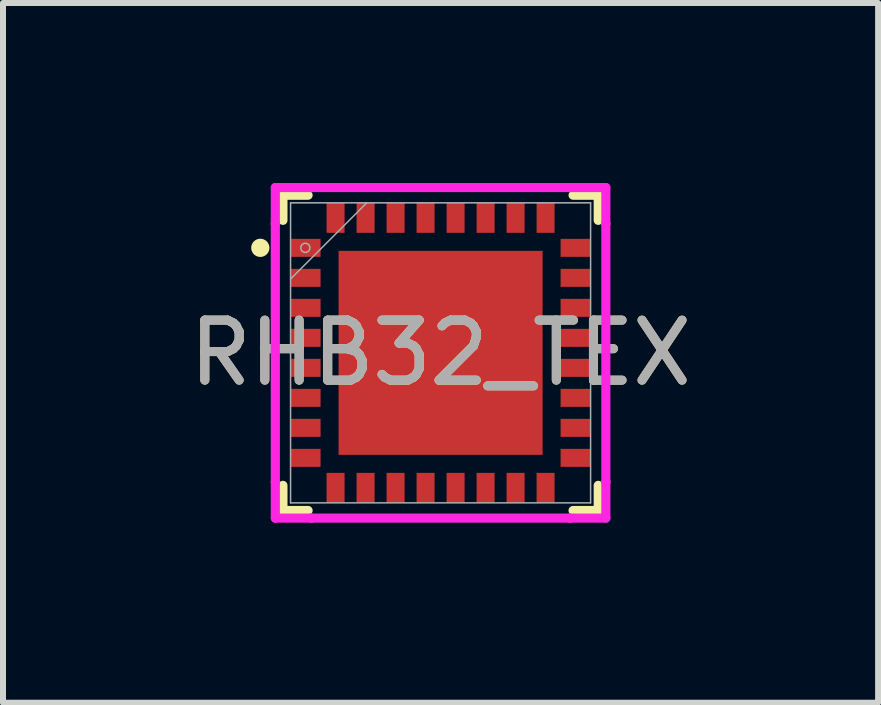
<source format=kicad_pcb>
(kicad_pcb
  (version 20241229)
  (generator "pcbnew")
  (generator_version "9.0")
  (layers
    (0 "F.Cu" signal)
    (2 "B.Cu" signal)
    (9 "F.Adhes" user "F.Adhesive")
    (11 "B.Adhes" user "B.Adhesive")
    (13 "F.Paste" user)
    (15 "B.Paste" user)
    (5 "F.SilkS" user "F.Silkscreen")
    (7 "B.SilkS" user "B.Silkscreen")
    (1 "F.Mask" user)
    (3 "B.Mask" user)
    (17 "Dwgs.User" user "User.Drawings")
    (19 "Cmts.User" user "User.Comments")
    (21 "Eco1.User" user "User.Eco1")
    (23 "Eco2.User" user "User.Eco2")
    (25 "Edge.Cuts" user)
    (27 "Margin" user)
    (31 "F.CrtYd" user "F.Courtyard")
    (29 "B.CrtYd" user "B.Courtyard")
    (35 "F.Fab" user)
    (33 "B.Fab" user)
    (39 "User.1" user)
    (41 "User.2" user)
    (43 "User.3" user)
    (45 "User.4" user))
  (footprint "RHB32_TEX"
    (layer "F.Cu")
    (at 4.292 2.83)
    (property "Reference" "RHB32_TEX" (at 0 0 0) (unlocked yes) (layer "F.SilkS") (effects (font (size 1 1) (thickness 0.15))))
    (attr smd)
    (fp_line (start -2.627 -2.627) (end -2.627 -2.208) (stroke (width 0.152) (type solid)) (layer "F.SilkS"))
    (fp_line (start -2.627 2.208) (end -2.627 2.627) (stroke (width 0.152) (type solid)) (layer "F.SilkS"))
    (fp_line (start -2.627 2.627) (end -2.208 2.627) (stroke (width 0.152) (type solid)) (layer "F.SilkS"))
    (fp_line (start -2.208 -2.627) (end -2.627 -2.627) (stroke (width 0.152) (type solid)) (layer "F.SilkS"))
    (fp_line (start 2.208 2.627) (end 2.627 2.627) (stroke (width 0.152) (type solid)) (layer "F.SilkS"))
    (fp_line (start 2.627 -2.627) (end 2.208 -2.627) (stroke (width 0.152) (type solid)) (layer "F.SilkS"))
    (fp_line (start 2.627 -2.208) (end 2.627 -2.627) (stroke (width 0.152) (type solid)) (layer "F.SilkS"))
    (fp_line (start 2.627 2.627) (end 2.627 2.208) (stroke (width 0.152) (type solid)) (layer "F.SilkS"))
    (fp_circle (center -3.004 -1.75) (end -2.928 -1.75) (stroke (width 0.152) (type solid)) (fill no) (layer "F.SilkS"))
    (fp_poly (pts (xy -1.6 -1.6) (xy -1.6 -0.1) (xy -0.1 -0.1) (xy -0.1 -1.6)) (stroke (width 0) (type solid)) (fill yes) (layer "F.Paste"))
    (fp_poly (pts (xy -1.6 0.1) (xy -1.6 1.6) (xy -0.1 1.6) (xy -0.1 0.1)) (stroke (width 0) (type solid)) (fill yes) (layer "F.Paste"))
    (fp_poly (pts (xy 0.1 -1.6) (xy 0.1 -0.1) (xy 1.6 -0.1) (xy 1.6 -1.6)) (stroke (width 0) (type solid)) (fill yes) (layer "F.Paste"))
    (fp_poly (pts (xy 0.1 0.1) (xy 0.1 1.6) (xy 1.6 1.6) (xy 1.6 0.1)) (stroke (width 0) (type solid)) (fill yes) (layer "F.Paste"))
    (fp_line (start -2.754 -2.154) (end -2.754 -2.154) (stroke (width 0.152) (type solid)) (layer "F.CrtYd"))
    (fp_line (start -2.754 2.154) (end -2.754 -2.154) (stroke (width 0.152) (type solid)) (layer "F.CrtYd"))
    (fp_line (start -2.754 -2.754) (end -2.154 -2.754) (stroke (width 0.152) (type solid)) (layer "F.CrtYd"))
    (fp_line (start -2.754 -2.154) (end -2.754 -2.754) (stroke (width 0.152) (type solid)) (layer "F.CrtYd"))
    (fp_line (start -2.754 2.154) (end -2.754 2.154) (stroke (width 0.152) (type solid)) (layer "F.CrtYd"))
    (fp_line (start -2.754 2.754) (end -2.754 2.154) (stroke (width 0.152) (type solid)) (layer "F.CrtYd"))
    (fp_line (start -2.154 -2.754) (end 2.154 -2.754) (stroke (width 0.152) (type solid)) (layer "F.CrtYd"))
    (fp_line (start -2.154 -2.754) (end -2.154 -2.754) (stroke (width 0.152) (type solid)) (layer "F.CrtYd"))
    (fp_line (start -2.154 2.754) (end -2.754 2.754) (stroke (width 0.152) (type solid)) (layer "F.CrtYd"))
    (fp_line (start -2.154 2.754) (end -2.154 2.754) (stroke (width 0.152) (type solid)) (layer "F.CrtYd"))
    (fp_line (start 2.154 -2.754) (end 2.154 -2.754) (stroke (width 0.152) (type solid)) (layer "F.CrtYd"))
    (fp_line (start 2.154 -2.754) (end 2.754 -2.754) (stroke (width 0.152) (type solid)) (layer "F.CrtYd"))
    (fp_line (start 2.154 2.754) (end 2.154 2.754) (stroke (width 0.152) (type solid)) (layer "F.CrtYd"))
    (fp_line (start 2.154 2.754) (end -2.154 2.754) (stroke (width 0.152) (type solid)) (layer "F.CrtYd"))
    (fp_line (start 2.754 -2.754) (end 2.754 -2.154) (stroke (width 0.152) (type solid)) (layer "F.CrtYd"))
    (fp_line (start 2.754 -2.154) (end 2.754 -2.154) (stroke (width 0.152) (type solid)) (layer "F.CrtYd"))
    (fp_line (start 2.754 2.154) (end 2.754 2.754) (stroke (width 0.152) (type solid)) (layer "F.CrtYd"))
    (fp_line (start 2.754 2.754) (end 2.154 2.754) (stroke (width 0.152) (type solid)) (layer "F.CrtYd"))
    (fp_line (start 2.754 -2.154) (end 2.754 2.154) (stroke (width 0.152) (type solid)) (layer "F.CrtYd"))
    (fp_line (start 2.754 2.154) (end 2.754 2.154) (stroke (width 0.152) (type solid)) (layer "F.CrtYd"))
    (fp_line (start -2.5 -2.5) (end -2.5 2.5) (stroke (width 0.025) (type solid)) (layer "F.Fab"))
    (fp_line (start -2.5 -1.23) (end -1.23 -2.5) (stroke (width 0.025) (type solid)) (layer "F.Fab"))
    (fp_line (start -2.5 2.5) (end 2.5 2.5) (stroke (width 0.025) (type solid)) (layer "F.Fab"))
    (fp_line (start 2.5 -2.5) (end -2.5 -2.5) (stroke (width 0.025) (type solid)) (layer "F.Fab"))
    (fp_line (start 2.5 2.5) (end 2.5 -2.5) (stroke (width 0.025) (type solid)) (layer "F.Fab"))
    (fp_circle (center -2.254 -1.75) (end -2.178 -1.75) (stroke (width 0.025) (type solid)) (fill no) (layer "F.Fab"))
    (fp_text user "${REFERENCE}" (at 0 0 0) (unlocked yes) (layer "F.Fab") (effects (font (size 1 1) (thickness 0.15))))
    (pad "1" smd rect (at -2.25 -1.75) (size 0.5 0.3) (layers "F.Cu" "F.Mask" "F.Paste"))
    (pad "2" smd rect (at -2.25 -1.25) (size 0.5 0.3) (layers "F.Cu" "F.Mask" "F.Paste"))
    (pad "3" smd rect (at -2.25 -0.75) (size 0.5 0.3) (layers "F.Cu" "F.Mask" "F.Paste"))
    (pad "4" smd rect (at -2.25 -0.25) (size 0.5 0.3) (layers "F.Cu" "F.Mask" "F.Paste"))
    (pad "5" smd rect (at -2.25 0.25) (size 0.5 0.3) (layers "F.Cu" "F.Mask" "F.Paste"))
    (pad "6" smd rect (at -2.25 0.75) (size 0.5 0.3) (layers "F.Cu" "F.Mask" "F.Paste"))
    (pad "7" smd rect (at -2.25 1.25) (size 0.5 0.3) (layers "F.Cu" "F.Mask" "F.Paste"))
    (pad "8" smd rect (at -2.25 1.75) (size 0.5 0.3) (layers "F.Cu" "F.Mask" "F.Paste"))
    (pad "9" smd rect (at -1.75 2.25 90) (size 0.5 0.3) (layers "F.Cu" "F.Mask" "F.Paste"))
    (pad "10" smd rect (at -1.25 2.25 90) (size 0.5 0.3) (layers "F.Cu" "F.Mask" "F.Paste"))
    (pad "11" smd rect (at -0.75 2.25 90) (size 0.5 0.3) (layers "F.Cu" "F.Mask" "F.Paste"))
    (pad "12" smd rect (at -0.25 2.25 90) (size 0.5 0.3) (layers "F.Cu" "F.Mask" "F.Paste"))
    (pad "13" smd rect (at 0.25 2.25 90) (size 0.5 0.3) (layers "F.Cu" "F.Mask" "F.Paste"))
    (pad "14" smd rect (at 0.75 2.25 90) (size 0.5 0.3) (layers "F.Cu" "F.Mask" "F.Paste"))
    (pad "15" smd rect (at 1.25 2.25 90) (size 0.5 0.3) (layers "F.Cu" "F.Mask" "F.Paste"))
    (pad "16" smd rect (at 1.75 2.25 90) (size 0.5 0.3) (layers "F.Cu" "F.Mask" "F.Paste"))
    (pad "17" smd rect (at 2.25 1.75) (size 0.5 0.3) (layers "F.Cu" "F.Mask" "F.Paste"))
    (pad "18" smd rect (at 2.25 1.25) (size 0.5 0.3) (layers "F.Cu" "F.Mask" "F.Paste"))
    (pad "19" smd rect (at 2.25 0.75) (size 0.5 0.3) (layers "F.Cu" "F.Mask" "F.Paste"))
    (pad "20" smd rect (at 2.25 0.25) (size 0.5 0.3) (layers "F.Cu" "F.Mask" "F.Paste"))
    (pad "21" smd rect (at 2.25 -0.25) (size 0.5 0.3) (layers "F.Cu" "F.Mask" "F.Paste"))
    (pad "22" smd rect (at 2.25 -0.75) (size 0.5 0.3) (layers "F.Cu" "F.Mask" "F.Paste"))
    (pad "23" smd rect (at 2.25 -1.25) (size 0.5 0.3) (layers "F.Cu" "F.Mask" "F.Paste"))
    (pad "24" smd rect (at 2.25 -1.75) (size 0.5 0.3) (layers "F.Cu" "F.Mask" "F.Paste"))
    (pad "25" smd rect (at 1.75 -2.25 90) (size 0.5 0.3) (layers "F.Cu" "F.Mask" "F.Paste"))
    (pad "26" smd rect (at 1.25 -2.25 90) (size 0.5 0.3) (layers "F.Cu" "F.Mask" "F.Paste"))
    (pad "27" smd rect (at 0.75 -2.25 90) (size 0.5 0.3) (layers "F.Cu" "F.Mask" "F.Paste"))
    (pad "28" smd rect (at 0.25 -2.25 90) (size 0.5 0.3) (layers "F.Cu" "F.Mask" "F.Paste"))
    (pad "29" smd rect (at -0.25 -2.25 90) (size 0.5 0.3) (layers "F.Cu" "F.Mask" "F.Paste"))
    (pad "30" smd rect (at -0.75 -2.25 90) (size 0.5 0.3) (layers "F.Cu" "F.Mask" "F.Paste"))
    (pad "31" smd rect (at -1.25 -2.25 90) (size 0.5 0.3) (layers "F.Cu" "F.Mask" "F.Paste"))
    (pad "32" smd rect (at -1.75 -2.25 90) (size 0.5 0.3) (layers "F.Cu" "F.Mask" "F.Paste"))
    (pad "33" smd rect (at 0 0) (size 3.4 3.4) (layers "F.Cu" "F.Mask")))
  (gr_rect
    (start -3 -3)
    (end 11.583 8.66)
    (stroke (width 0.1) (type default))
    (fill no)
    (layer "Edge.Cuts")))
</source>
